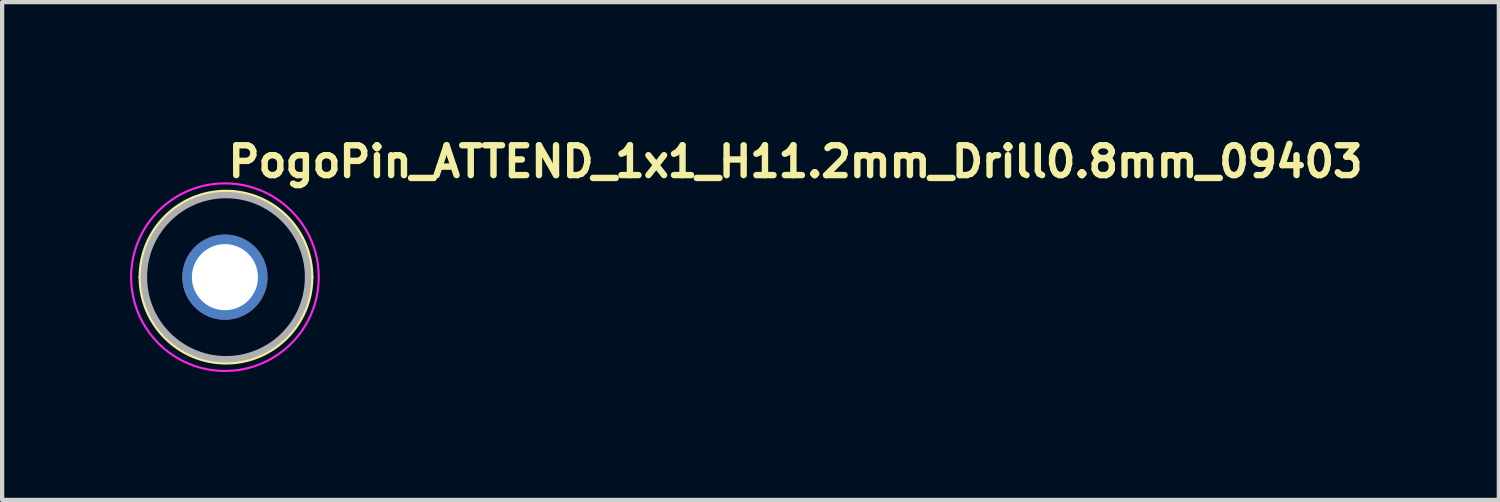
<source format=kicad_pcb>
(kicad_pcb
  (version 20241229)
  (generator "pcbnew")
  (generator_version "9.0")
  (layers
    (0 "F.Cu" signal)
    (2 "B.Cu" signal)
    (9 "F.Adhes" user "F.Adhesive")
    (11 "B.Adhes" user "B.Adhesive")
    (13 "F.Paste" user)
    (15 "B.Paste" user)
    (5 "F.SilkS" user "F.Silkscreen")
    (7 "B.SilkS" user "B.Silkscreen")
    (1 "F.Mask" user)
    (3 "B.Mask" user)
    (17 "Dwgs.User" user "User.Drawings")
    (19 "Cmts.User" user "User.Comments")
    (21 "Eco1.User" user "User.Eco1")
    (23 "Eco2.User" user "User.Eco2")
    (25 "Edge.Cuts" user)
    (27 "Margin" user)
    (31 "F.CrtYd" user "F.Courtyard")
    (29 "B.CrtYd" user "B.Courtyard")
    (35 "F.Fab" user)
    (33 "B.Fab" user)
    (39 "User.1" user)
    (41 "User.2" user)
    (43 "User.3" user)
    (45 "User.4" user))
  (footprint "PogoPin_ATTEND_1x1_H11.2mm_Drill0.8mm_09403"
    (layer "F.Cu")
    (at 2.225 3.45)
    (property "Reference" "PogoPin_ATTEND_1x1_H11.2mm_Drill0.8mm_09403" (at 0 -2.3 0) (layer "F.SilkS") (effects (font (size 0.7 0.7) (thickness 0.15)) (justify left bottom)))
    (attr through_hole)
    (fp_arc (start -1.95 0) (mid 0.025 -1.975) (end 2 0) (stroke (width 0.15) (type solid)) (layer "F.SilkS"))
    (fp_arc (start 2 0) (mid 0.025 1.975) (end -1.95 0) (stroke (width 0.15) (type solid)) (layer "F.SilkS"))
    (fp_circle (center 0 0) (end 2.2 0) (stroke (width 0.05) (type solid)) (fill no) (layer "F.CrtYd"))
    (fp_arc (start -1.9 0) (mid 0.025 -1.925) (end 1.95 0) (stroke (width 0.15) (type solid)) (layer "F.Fab"))
    (fp_arc (start 1.95 0) (mid 0.025 1.925) (end -1.9 0) (stroke (width 0.15) (type solid)) (layer "F.Fab"))
    (fp_rect (start -1.95 -1.95) (end 1.95 1.95) (stroke (width 0.1) (type solid)) (fill no) (layer "User.5"))
    (fp_line (start -1.95 0) (end -1.95 0) (stroke (width 0.02) (type solid)) (layer "User.9"))
    (fp_line (start -1.95 0) (end -1.947 0.1) (stroke (width 0.02) (type solid)) (layer "User.9"))
    (fp_line (start -1.947 -0.1) (end -1.95 0) (stroke (width 0.02) (type solid)) (layer "User.9"))
    (fp_line (start -1.947 0.1) (end -1.94 0.199) (stroke (width 0.02) (type solid)) (layer "User.9"))
    (fp_line (start -1.94 -0.199) (end -1.947 -0.1) (stroke (width 0.02) (type solid)) (layer "User.9"))
    (fp_line (start -1.94 0.199) (end -1.928 0.297) (stroke (width 0.02) (type solid)) (layer "User.9"))
    (fp_line (start -1.928 -0.297) (end -1.94 -0.199) (stroke (width 0.02) (type solid)) (layer "User.9"))
    (fp_line (start -1.928 0.297) (end -1.91 0.393) (stroke (width 0.02) (type solid)) (layer "User.9"))
    (fp_line (start -1.91 -0.393) (end -1.928 -0.297) (stroke (width 0.02) (type solid)) (layer "User.9"))
    (fp_line (start -1.91 0.393) (end -1.889 0.487) (stroke (width 0.02) (type solid)) (layer "User.9"))
    (fp_line (start -1.889 -0.487) (end -1.91 -0.393) (stroke (width 0.02) (type solid)) (layer "User.9"))
    (fp_line (start -1.889 0.487) (end -1.862 0.58) (stroke (width 0.02) (type solid)) (layer "User.9"))
    (fp_line (start -1.862 -0.58) (end -1.889 -0.487) (stroke (width 0.02) (type solid)) (layer "User.9"))
    (fp_line (start -1.862 0.58) (end -1.832 0.67) (stroke (width 0.02) (type solid)) (layer "User.9"))
    (fp_line (start -1.832 -0.67) (end -1.862 -0.58) (stroke (width 0.02) (type solid)) (layer "User.9"))
    (fp_line (start -1.832 0.67) (end -1.797 0.759) (stroke (width 0.02) (type solid)) (layer "User.9"))
    (fp_line (start -1.797 -0.759) (end -1.832 -0.67) (stroke (width 0.02) (type solid)) (layer "User.9"))
    (fp_line (start -1.797 0.759) (end -1.758 0.845) (stroke (width 0.02) (type solid)) (layer "User.9"))
    (fp_line (start -1.758 -0.845) (end -1.797 -0.759) (stroke (width 0.02) (type solid)) (layer "User.9"))
    (fp_line (start -1.758 0.845) (end -1.715 0.929) (stroke (width 0.02) (type solid)) (layer "User.9"))
    (fp_line (start -1.715 -0.929) (end -1.758 -0.845) (stroke (width 0.02) (type solid)) (layer "User.9"))
    (fp_line (start -1.715 0.929) (end -1.668 1.011) (stroke (width 0.02) (type solid)) (layer "User.9"))
    (fp_line (start -1.668 -1.011) (end -1.715 -0.929) (stroke (width 0.02) (type solid)) (layer "User.9"))
    (fp_line (start -1.668 1.011) (end -1.617 1.09) (stroke (width 0.02) (type solid)) (layer "User.9"))
    (fp_line (start -1.617 -1.09) (end -1.668 -1.011) (stroke (width 0.02) (type solid)) (layer "User.9"))
    (fp_line (start -1.617 1.09) (end -1.563 1.167) (stroke (width 0.02) (type solid)) (layer "User.9"))
    (fp_line (start -1.563 -1.167) (end -1.617 -1.09) (stroke (width 0.02) (type solid)) (layer "User.9"))
    (fp_line (start -1.563 1.167) (end -1.505 1.24) (stroke (width 0.02) (type solid)) (layer "User.9"))
    (fp_line (start -1.505 -1.24) (end -1.563 -1.167) (stroke (width 0.02) (type solid)) (layer "User.9"))
    (fp_line (start -1.505 1.24) (end -1.443 1.311) (stroke (width 0.02) (type solid)) (layer "User.9"))
    (fp_line (start -1.5 0) (end -1.5 0) (stroke (width 0.02) (type solid)) (layer "User.9"))
    (fp_line (start -1.5 0) (end -1.498 0.077) (stroke (width 0.02) (type solid)) (layer "User.9"))
    (fp_line (start -1.498 -0.077) (end -1.5 0) (stroke (width 0.02) (type solid)) (layer "User.9"))
    (fp_line (start -1.498 0.077) (end -1.492 0.153) (stroke (width 0.02) (type solid)) (layer "User.9"))
    (fp_line (start -1.492 -0.153) (end -1.498 -0.077) (stroke (width 0.02) (type solid)) (layer "User.9"))
    (fp_line (start -1.492 0.153) (end -1.483 0.228) (stroke (width 0.02) (type solid)) (layer "User.9"))
    (fp_line (start -1.483 -0.228) (end -1.492 -0.153) (stroke (width 0.02) (type solid)) (layer "User.9"))
    (fp_line (start -1.483 0.228) (end -1.47 0.302) (stroke (width 0.02) (type solid)) (layer "User.9"))
    (fp_line (start -1.47 -0.302) (end -1.483 -0.228) (stroke (width 0.02) (type solid)) (layer "User.9"))
    (fp_line (start -1.47 0.302) (end -1.453 0.375) (stroke (width 0.02) (type solid)) (layer "User.9"))
    (fp_line (start -1.453 -0.375) (end -1.47 -0.302) (stroke (width 0.02) (type solid)) (layer "User.9"))
    (fp_line (start -1.453 0.375) (end -1.433 0.446) (stroke (width 0.02) (type solid)) (layer "User.9"))
    (fp_line (start -1.443 -1.311) (end -1.505 -1.24) (stroke (width 0.02) (type solid)) (layer "User.9"))
    (fp_line (start -1.443 1.311) (end -1.379 1.379) (stroke (width 0.02) (type solid)) (layer "User.9"))
    (fp_line (start -1.433 -0.446) (end -1.453 -0.375) (stroke (width 0.02) (type solid)) (layer "User.9"))
    (fp_line (start -1.433 0.446) (end -1.409 0.516) (stroke (width 0.02) (type solid)) (layer "User.9"))
    (fp_line (start -1.409 -0.516) (end -1.433 -0.446) (stroke (width 0.02) (type solid)) (layer "User.9"))
    (fp_line (start -1.409 0.516) (end -1.382 0.584) (stroke (width 0.02) (type solid)) (layer "User.9"))
    (fp_line (start -1.382 -0.584) (end -1.409 -0.516) (stroke (width 0.02) (type solid)) (layer "User.9"))
    (fp_line (start -1.382 0.584) (end -1.352 0.65) (stroke (width 0.02) (type solid)) (layer "User.9"))
    (fp_line (start -1.379 -1.379) (end -1.443 -1.311) (stroke (width 0.02) (type solid)) (layer "User.9"))
    (fp_line (start -1.379 1.379) (end -1.311 1.443) (stroke (width 0.02) (type solid)) (layer "User.9"))
    (fp_line (start -1.352 -0.65) (end -1.382 -0.584) (stroke (width 0.02) (type solid)) (layer "User.9"))
    (fp_line (start -1.352 0.65) (end -1.319 0.715) (stroke (width 0.02) (type solid)) (layer "User.9"))
    (fp_line (start -1.319 -0.715) (end -1.352 -0.65) (stroke (width 0.02) (type solid)) (layer "User.9"))
    (fp_line (start -1.319 0.715) (end -1.283 0.778) (stroke (width 0.02) (type solid)) (layer "User.9"))
    (fp_line (start -1.311 -1.443) (end -1.379 -1.379) (stroke (width 0.02) (type solid)) (layer "User.9"))
    (fp_line (start -1.311 1.443) (end -1.24 1.505) (stroke (width 0.02) (type solid)) (layer "User.9"))
    (fp_line (start -1.283 -0.778) (end -1.319 -0.715) (stroke (width 0.02) (type solid)) (layer "User.9"))
    (fp_line (start -1.283 0.778) (end -1.244 0.839) (stroke (width 0.02) (type solid)) (layer "User.9"))
    (fp_line (start -1.244 -0.839) (end -1.283 -0.778) (stroke (width 0.02) (type solid)) (layer "User.9"))
    (fp_line (start -1.244 0.839) (end -1.202 0.897) (stroke (width 0.02) (type solid)) (layer "User.9"))
    (fp_line (start -1.24 -1.505) (end -1.311 -1.443) (stroke (width 0.02) (type solid)) (layer "User.9"))
    (fp_line (start -1.24 1.505) (end -1.167 1.563) (stroke (width 0.02) (type solid)) (layer "User.9"))
    (fp_line (start -1.202 -0.897) (end -1.244 -0.839) (stroke (width 0.02) (type solid)) (layer "User.9"))
    (fp_line (start -1.202 0.897) (end -1.157 0.954) (stroke (width 0.02) (type solid)) (layer "User.9"))
    (fp_line (start -1.167 -1.563) (end -1.24 -1.505) (stroke (width 0.02) (type solid)) (layer "User.9"))
    (fp_line (start -1.167 1.563) (end -1.09 1.617) (stroke (width 0.02) (type solid)) (layer "User.9"))
    (fp_line (start -1.157 -0.954) (end -1.202 -0.897) (stroke (width 0.02) (type solid)) (layer "User.9"))
    (fp_line (start -1.157 0.954) (end -1.11 1.009) (stroke (width 0.02) (type solid)) (layer "User.9"))
    (fp_line (start -1.11 -1.009) (end -1.157 -0.954) (stroke (width 0.02) (type solid)) (layer "User.9"))
    (fp_line (start -1.11 1.009) (end -1.061 1.061) (stroke (width 0.02) (type solid)) (layer "User.9"))
    (fp_line (start -1.1 0) (end -1.1 0) (stroke (width 0.02) (type solid)) (layer "User.9"))
    (fp_line (start -1.1 0) (end -1.099 0.057) (stroke (width 0.02) (type solid)) (layer "User.9"))
    (fp_line (start -1.099 -0.057) (end -1.1 0) (stroke (width 0.02) (type solid)) (layer "User.9"))
    (fp_line (start -1.099 0.057) (end -1.094 0.112) (stroke (width 0.02) (type solid)) (layer "User.9"))
    (fp_line (start -1.094 -0.112) (end -1.099 -0.057) (stroke (width 0.02) (type solid)) (layer "User.9"))
    (fp_line (start -1.094 0.112) (end -1.087 0.168) (stroke (width 0.02) (type solid)) (layer "User.9"))
    (fp_line (start -1.09 -1.617) (end -1.167 -1.563) (stroke (width 0.02) (type solid)) (layer "User.9"))
    (fp_line (start -1.09 1.617) (end -1.011 1.668) (stroke (width 0.02) (type solid)) (layer "User.9"))
    (fp_line (start -1.087 -0.168) (end -1.094 -0.112) (stroke (width 0.02) (type solid)) (layer "User.9"))
    (fp_line (start -1.087 0.168) (end -1.078 0.222) (stroke (width 0.02) (type solid)) (layer "User.9"))
    (fp_line (start -1.078 -0.222) (end -1.087 -0.168) (stroke (width 0.02) (type solid)) (layer "User.9"))
    (fp_line (start -1.078 0.222) (end -1.065 0.275) (stroke (width 0.02) (type solid)) (layer "User.9"))
    (fp_line (start -1.065 -0.275) (end -1.078 -0.222) (stroke (width 0.02) (type solid)) (layer "User.9"))
    (fp_line (start -1.065 0.275) (end -1.051 0.327) (stroke (width 0.02) (type solid)) (layer "User.9"))
    (fp_line (start -1.061 -1.061) (end -1.11 -1.009) (stroke (width 0.02) (type solid)) (layer "User.9"))
    (fp_line (start -1.061 1.061) (end -1.009 1.11) (stroke (width 0.02) (type solid)) (layer "User.9"))
    (fp_line (start -1.051 -0.327) (end -1.065 -0.275) (stroke (width 0.02) (type solid)) (layer "User.9"))
    (fp_line (start -1.051 0.327) (end -1.033 0.378) (stroke (width 0.02) (type solid)) (layer "User.9"))
    (fp_line (start -1.033 -0.378) (end -1.051 -0.327) (stroke (width 0.02) (type solid)) (layer "User.9"))
    (fp_line (start -1.033 0.378) (end -1.014 0.428) (stroke (width 0.02) (type solid)) (layer "User.9"))
    (fp_line (start -1.014 -0.428) (end -1.033 -0.378) (stroke (width 0.02) (type solid)) (layer "User.9"))
    (fp_line (start -1.014 0.428) (end -0.992 0.477) (stroke (width 0.02) (type solid)) (layer "User.9"))
    (fp_line (start -1.011 -1.668) (end -1.09 -1.617) (stroke (width 0.02) (type solid)) (layer "User.9"))
    (fp_line (start -1.011 1.668) (end -0.929 1.715) (stroke (width 0.02) (type solid)) (layer "User.9"))
    (fp_line (start -1.009 -1.11) (end -1.061 -1.061) (stroke (width 0.02) (type solid)) (layer "User.9"))
    (fp_line (start -1.009 1.11) (end -0.954 1.157) (stroke (width 0.02) (type solid)) (layer "User.9"))
    (fp_line (start -0.992 -0.477) (end -1.014 -0.428) (stroke (width 0.02) (type solid)) (layer "User.9"))
    (fp_line (start -0.992 0.477) (end -0.967 0.524) (stroke (width 0.02) (type solid)) (layer "User.9"))
    (fp_line (start -0.967 -0.524) (end -0.992 -0.477) (stroke (width 0.02) (type solid)) (layer "User.9"))
    (fp_line (start -0.967 0.524) (end -0.941 0.57) (stroke (width 0.02) (type solid)) (layer "User.9"))
    (fp_line (start -0.954 -1.157) (end -1.009 -1.11) (stroke (width 0.02) (type solid)) (layer "User.9"))
    (fp_line (start -0.954 1.157) (end -0.897 1.202) (stroke (width 0.02) (type solid)) (layer "User.9"))
    (fp_line (start -0.941 -0.57) (end -0.967 -0.524) (stroke (width 0.02) (type solid)) (layer "User.9"))
    (fp_line (start -0.941 0.57) (end -0.912 0.615) (stroke (width 0.02) (type solid)) (layer "User.9"))
    (fp_line (start -0.929 -1.715) (end -1.011 -1.668) (stroke (width 0.02) (type solid)) (layer "User.9"))
    (fp_line (start -0.929 1.715) (end -0.845 1.758) (stroke (width 0.02) (type solid)) (layer "User.9"))
    (fp_line (start -0.912 -0.615) (end -0.941 -0.57) (stroke (width 0.02) (type solid)) (layer "User.9"))
    (fp_line (start -0.912 0.615) (end -0.881 0.658) (stroke (width 0.02) (type solid)) (layer "User.9"))
    (fp_line (start -0.897 -1.202) (end -0.954 -1.157) (stroke (width 0.02) (type solid)) (layer "User.9"))
    (fp_line (start -0.897 1.202) (end -0.839 1.244) (stroke (width 0.02) (type solid)) (layer "User.9"))
    (fp_line (start -0.881 -0.658) (end -0.912 -0.615) (stroke (width 0.02) (type solid)) (layer "User.9"))
    (fp_line (start -0.881 0.658) (end -0.849 0.7) (stroke (width 0.02) (type solid)) (layer "User.9"))
    (fp_line (start -0.849 -0.7) (end -0.881 -0.658) (stroke (width 0.02) (type solid)) (layer "User.9"))
    (fp_line (start -0.849 0.7) (end -0.814 0.74) (stroke (width 0.02) (type solid)) (layer "User.9"))
    (fp_line (start -0.845 -1.758) (end -0.929 -1.715) (stroke (width 0.02) (type solid)) (layer "User.9"))
    (fp_line (start -0.845 1.758) (end -0.759 1.797) (stroke (width 0.02) (type solid)) (layer "User.9"))
    (fp_line (start -0.839 -1.244) (end -0.897 -1.202) (stroke (width 0.02) (type solid)) (layer "User.9"))
    (fp_line (start -0.839 1.244) (end -0.778 1.283) (stroke (width 0.02) (type solid)) (layer "User.9"))
    (fp_line (start -0.814 -0.74) (end -0.849 -0.7) (stroke (width 0.02) (type solid)) (layer "User.9"))
    (fp_line (start -0.814 0.74) (end -0.778 0.778) (stroke (width 0.02) (type solid)) (layer "User.9"))
    (fp_line (start -0.778 -1.283) (end -0.839 -1.244) (stroke (width 0.02) (type solid)) (layer "User.9"))
    (fp_line (start -0.778 -0.778) (end -0.814 -0.74) (stroke (width 0.02) (type solid)) (layer "User.9"))
    (fp_line (start -0.778 0.778) (end -0.74 0.814) (stroke (width 0.02) (type solid)) (layer "User.9"))
    (fp_line (start -0.778 1.283) (end -0.715 1.319) (stroke (width 0.02) (type solid)) (layer "User.9"))
    (fp_line (start -0.759 -1.797) (end -0.845 -1.758) (stroke (width 0.02) (type solid)) (layer "User.9"))
    (fp_line (start -0.759 1.797) (end -0.67 1.832) (stroke (width 0.02) (type solid)) (layer "User.9"))
    (fp_line (start -0.74 -0.814) (end -0.778 -0.778) (stroke (width 0.02) (type solid)) (layer "User.9"))
    (fp_line (start -0.74 0.814) (end -0.7 0.849) (stroke (width 0.02) (type solid)) (layer "User.9"))
    (fp_line (start -0.715 -1.319) (end -0.778 -1.283) (stroke (width 0.02) (type solid)) (layer "User.9"))
    (fp_line (start -0.715 1.319) (end -0.65 1.352) (stroke (width 0.02) (type solid)) (layer "User.9"))
    (fp_line (start -0.7 -0.849) (end -0.74 -0.814) (stroke (width 0.02) (type solid)) (layer "User.9"))
    (fp_line (start -0.7 0.849) (end -0.658 0.881) (stroke (width 0.02) (type solid)) (layer "User.9"))
    (fp_line (start -0.67 -1.832) (end -0.759 -1.797) (stroke (width 0.02) (type solid)) (layer "User.9"))
    (fp_line (start -0.67 1.832) (end -0.58 1.862) (stroke (width 0.02) (type solid)) (layer "User.9"))
    (fp_line (start -0.658 -0.881) (end -0.7 -0.849) (stroke (width 0.02) (type solid)) (layer "User.9"))
    (fp_line (start -0.658 0.881) (end -0.615 0.912) (stroke (width 0.02) (type solid)) (layer "User.9"))
    (fp_line (start -0.65 -1.352) (end -0.715 -1.319) (stroke (width 0.02) (type solid)) (layer "User.9"))
    (fp_line (start -0.65 1.352) (end -0.584 1.382) (stroke (width 0.02) (type solid)) (layer "User.9"))
    (fp_line (start -0.615 -0.912) (end -0.658 -0.881) (stroke (width 0.02) (type solid)) (layer "User.9"))
    (fp_line (start -0.615 0.912) (end -0.57 0.941) (stroke (width 0.02) (type solid)) (layer "User.9"))
    (fp_line (start -0.584 -1.382) (end -0.65 -1.352) (stroke (width 0.02) (type solid)) (layer "User.9"))
    (fp_line (start -0.584 1.382) (end -0.516 1.409) (stroke (width 0.02) (type solid)) (layer "User.9"))
    (fp_line (start -0.58 -1.862) (end -0.67 -1.832) (stroke (width 0.02) (type solid)) (layer "User.9"))
    (fp_line (start -0.58 1.862) (end -0.487 1.889) (stroke (width 0.02) (type solid)) (layer "User.9"))
    (fp_line (start -0.57 -0.941) (end -0.615 -0.912) (stroke (width 0.02) (type solid)) (layer "User.9"))
    (fp_line (start -0.57 0.941) (end -0.524 0.967) (stroke (width 0.02) (type solid)) (layer "User.9"))
    (fp_line (start -0.524 -0.967) (end -0.57 -0.941) (stroke (width 0.02) (type solid)) (layer "User.9"))
    (fp_line (start -0.524 0.967) (end -0.477 0.992) (stroke (width 0.02) (type solid)) (layer "User.9"))
    (fp_line (start -0.516 -1.409) (end -0.584 -1.382) (stroke (width 0.02) (type solid)) (layer "User.9"))
    (fp_line (start -0.516 1.409) (end -0.446 1.433) (stroke (width 0.02) (type solid)) (layer "User.9"))
    (fp_line (start -0.487 -1.889) (end -0.58 -1.862) (stroke (width 0.02) (type solid)) (layer "User.9"))
    (fp_line (start -0.487 1.889) (end -0.393 1.91) (stroke (width 0.02) (type solid)) (layer "User.9"))
    (fp_line (start -0.477 -0.992) (end -0.524 -0.967) (stroke (width 0.02) (type solid)) (layer "User.9"))
    (fp_line (start -0.477 0.992) (end -0.428 1.014) (stroke (width 0.02) (type solid)) (layer "User.9"))
    (fp_line (start -0.446 -1.433) (end -0.516 -1.409) (stroke (width 0.02) (type solid)) (layer "User.9"))
    (fp_line (start -0.446 1.433) (end -0.375 1.453) (stroke (width 0.02) (type solid)) (layer "User.9"))
    (fp_line (start -0.428 -1.014) (end -0.477 -0.992) (stroke (width 0.02) (type solid)) (layer "User.9"))
    (fp_line (start -0.428 1.014) (end -0.378 1.033) (stroke (width 0.02) (type solid)) (layer "User.9"))
    (fp_line (start -0.393 -1.91) (end -0.487 -1.889) (stroke (width 0.02) (type solid)) (layer "User.9"))
    (fp_line (start -0.393 1.91) (end -0.297 1.928) (stroke (width 0.02) (type solid)) (layer "User.9"))
    (fp_line (start -0.378 -1.033) (end -0.428 -1.014) (stroke (width 0.02) (type solid)) (layer "User.9"))
    (fp_line (start -0.378 1.033) (end -0.327 1.051) (stroke (width 0.02) (type solid)) (layer "User.9"))
    (fp_line (start -0.375 -1.453) (end -0.446 -1.433) (stroke (width 0.02) (type solid)) (layer "User.9"))
    (fp_line (start -0.375 1.453) (end -0.302 1.47) (stroke (width 0.02) (type solid)) (layer "User.9"))
    (fp_line (start -0.327 -1.051) (end -0.378 -1.033) (stroke (width 0.02) (type solid)) (layer "User.9"))
    (fp_line (start -0.327 1.051) (end -0.275 1.065) (stroke (width 0.02) (type solid)) (layer "User.9"))
    (fp_line (start -0.302 -1.47) (end -0.375 -1.453) (stroke (width 0.02) (type solid)) (layer "User.9"))
    (fp_line (start -0.302 1.47) (end -0.228 1.483) (stroke (width 0.02) (type solid)) (layer "User.9"))
    (fp_line (start -0.297 -1.928) (end -0.393 -1.91) (stroke (width 0.02) (type solid)) (layer "User.9"))
    (fp_line (start -0.297 1.928) (end -0.199 1.94) (stroke (width 0.02) (type solid)) (layer "User.9"))
    (fp_line (start -0.275 -1.065) (end -0.327 -1.051) (stroke (width 0.02) (type solid)) (layer "User.9"))
    (fp_line (start -0.275 1.065) (end -0.222 1.078) (stroke (width 0.02) (type solid)) (layer "User.9"))
    (fp_line (start -0.228 -1.483) (end -0.302 -1.47) (stroke (width 0.02) (type solid)) (layer "User.9"))
    (fp_line (start -0.228 1.483) (end -0.153 1.492) (stroke (width 0.02) (type solid)) (layer "User.9"))
    (fp_line (start -0.222 -1.078) (end -0.275 -1.065) (stroke (width 0.02) (type solid)) (layer "User.9"))
    (fp_line (start -0.222 1.078) (end -0.168 1.087) (stroke (width 0.02) (type solid)) (layer "User.9"))
    (fp_line (start -0.199 -1.94) (end -0.297 -1.928) (stroke (width 0.02) (type solid)) (layer "User.9"))
    (fp_line (start -0.199 1.94) (end -0.1 1.947) (stroke (width 0.02) (type solid)) (layer "User.9"))
    (fp_line (start -0.168 -1.087) (end -0.222 -1.078) (stroke (width 0.02) (type solid)) (layer "User.9"))
    (fp_line (start -0.168 1.087) (end -0.112 1.094) (stroke (width 0.02) (type solid)) (layer "User.9"))
    (fp_line (start -0.153 -1.492) (end -0.228 -1.483) (stroke (width 0.02) (type solid)) (layer "User.9"))
    (fp_line (start -0.153 1.492) (end -0.077 1.498) (stroke (width 0.02) (type solid)) (layer "User.9"))
    (fp_line (start -0.112 -1.094) (end -0.168 -1.087) (stroke (width 0.02) (type solid)) (layer "User.9"))
    (fp_line (start -0.112 1.094) (end -0.057 1.099) (stroke (width 0.02) (type solid)) (layer "User.9"))
    (fp_line (start -0.1 -1.947) (end -0.199 -1.94) (stroke (width 0.02) (type solid)) (layer "User.9"))
    (fp_line (start -0.1 1.947) (end 0 1.95) (stroke (width 0.02) (type solid)) (layer "User.9"))
    (fp_line (start -0.077 -1.498) (end -0.153 -1.492) (stroke (width 0.02) (type solid)) (layer "User.9"))
    (fp_line (start -0.077 1.498) (end 0 1.5) (stroke (width 0.02) (type solid)) (layer "User.9"))
    (fp_line (start -0.057 -1.099) (end -0.112 -1.094) (stroke (width 0.02) (type solid)) (layer "User.9"))
    (fp_line (start -0.057 1.099) (end 0 1.1) (stroke (width 0.02) (type solid)) (layer "User.9"))
    (fp_line (start 0 -1.95) (end -0.1 -1.947) (stroke (width 0.02) (type solid)) (layer "User.9"))
    (fp_line (start 0 -1.95) (end 0 -1.95) (stroke (width 0.02) (type solid)) (layer "User.9"))
    (fp_line (start 0 -1.5) (end -0.077 -1.498) (stroke (width 0.02) (type solid)) (layer "User.9"))
    (fp_line (start 0 -1.5) (end 0 -1.5) (stroke (width 0.02) (type solid)) (layer "User.9"))
    (fp_line (start 0 -1.1) (end -0.057 -1.099) (stroke (width 0.02) (type solid)) (layer "User.9"))
    (fp_line (start 0 -1.1) (end 0 -1.1) (stroke (width 0.02) (type solid)) (layer "User.9"))
    (fp_line (start 0 1.1) (end 0 1.1) (stroke (width 0.02) (type solid)) (layer "User.9"))
    (fp_line (start 0 1.1) (end 0.057 1.099) (stroke (width 0.02) (type solid)) (layer "User.9"))
    (fp_line (start 0 1.5) (end 0 1.5) (stroke (width 0.02) (type solid)) (layer "User.9"))
    (fp_line (start 0 1.5) (end 0.077 1.498) (stroke (width 0.02) (type solid)) (layer "User.9"))
    (fp_line (start 0 1.95) (end 0 1.95) (stroke (width 0.02) (type solid)) (layer "User.9"))
    (fp_line (start 0 1.95) (end 0.1 1.947) (stroke (width 0.02) (type solid)) (layer "User.9"))
    (fp_line (start 0.057 -1.099) (end 0 -1.1) (stroke (width 0.02) (type solid)) (layer "User.9"))
    (fp_line (start 0.057 1.099) (end 0.112 1.094) (stroke (width 0.02) (type solid)) (layer "User.9"))
    (fp_line (start 0.077 -1.498) (end 0 -1.5) (stroke (width 0.02) (type solid)) (layer "User.9"))
    (fp_line (start 0.077 1.498) (end 0.153 1.492) (stroke (width 0.02) (type solid)) (layer "User.9"))
    (fp_line (start 0.1 -1.947) (end 0 -1.95) (stroke (width 0.02) (type solid)) (layer "User.9"))
    (fp_line (start 0.1 1.947) (end 0.199 1.94) (stroke (width 0.02) (type solid)) (layer "User.9"))
    (fp_line (start 0.112 -1.094) (end 0.057 -1.099) (stroke (width 0.02) (type solid)) (layer "User.9"))
    (fp_line (start 0.112 1.094) (end 0.168 1.087) (stroke (width 0.02) (type solid)) (layer "User.9"))
    (fp_line (start 0.153 -1.492) (end 0.077 -1.498) (stroke (width 0.02) (type solid)) (layer "User.9"))
    (fp_line (start 0.153 1.492) (end 0.228 1.483) (stroke (width 0.02) (type solid)) (layer "User.9"))
    (fp_line (start 0.168 -1.087) (end 0.112 -1.094) (stroke (width 0.02) (type solid)) (layer "User.9"))
    (fp_line (start 0.168 1.087) (end 0.222 1.078) (stroke (width 0.02) (type solid)) (layer "User.9"))
    (fp_line (start 0.199 -1.94) (end 0.1 -1.947) (stroke (width 0.02) (type solid)) (layer "User.9"))
    (fp_line (start 0.199 1.94) (end 0.297 1.928) (stroke (width 0.02) (type solid)) (layer "User.9"))
    (fp_line (start 0.222 -1.078) (end 0.168 -1.087) (stroke (width 0.02) (type solid)) (layer "User.9"))
    (fp_line (start 0.222 1.078) (end 0.275 1.065) (stroke (width 0.02) (type solid)) (layer "User.9"))
    (fp_line (start 0.228 -1.483) (end 0.153 -1.492) (stroke (width 0.02) (type solid)) (layer "User.9"))
    (fp_line (start 0.228 1.483) (end 0.302 1.47) (stroke (width 0.02) (type solid)) (layer "User.9"))
    (fp_line (start 0.275 -1.065) (end 0.222 -1.078) (stroke (width 0.02) (type solid)) (layer "User.9"))
    (fp_line (start 0.275 1.065) (end 0.327 1.051) (stroke (width 0.02) (type solid)) (layer "User.9"))
    (fp_line (start 0.297 -1.928) (end 0.199 -1.94) (stroke (width 0.02) (type solid)) (layer "User.9"))
    (fp_line (start 0.297 1.928) (end 0.393 1.91) (stroke (width 0.02) (type solid)) (layer "User.9"))
    (fp_line (start 0.302 -1.47) (end 0.228 -1.483) (stroke (width 0.02) (type solid)) (layer "User.9"))
    (fp_line (start 0.302 1.47) (end 0.375 1.453) (stroke (width 0.02) (type solid)) (layer "User.9"))
    (fp_line (start 0.327 -1.051) (end 0.275 -1.065) (stroke (width 0.02) (type solid)) (layer "User.9"))
    (fp_line (start 0.327 1.051) (end 0.378 1.033) (stroke (width 0.02) (type solid)) (layer "User.9"))
    (fp_line (start 0.375 -1.453) (end 0.302 -1.47) (stroke (width 0.02) (type solid)) (layer "User.9"))
    (fp_line (start 0.375 1.453) (end 0.446 1.433) (stroke (width 0.02) (type solid)) (layer "User.9"))
    (fp_line (start 0.378 -1.033) (end 0.327 -1.051) (stroke (width 0.02) (type solid)) (layer "User.9"))
    (fp_line (start 0.378 1.033) (end 0.428 1.014) (stroke (width 0.02) (type solid)) (layer "User.9"))
    (fp_line (start 0.393 -1.91) (end 0.297 -1.928) (stroke (width 0.02) (type solid)) (layer "User.9"))
    (fp_line (start 0.393 1.91) (end 0.487 1.889) (stroke (width 0.02) (type solid)) (layer "User.9"))
    (fp_line (start 0.428 -1.014) (end 0.378 -1.033) (stroke (width 0.02) (type solid)) (layer "User.9"))
    (fp_line (start 0.428 1.014) (end 0.477 0.992) (stroke (width 0.02) (type solid)) (layer "User.9"))
    (fp_line (start 0.446 -1.433) (end 0.375 -1.453) (stroke (width 0.02) (type solid)) (layer "User.9"))
    (fp_line (start 0.446 1.433) (end 0.516 1.409) (stroke (width 0.02) (type solid)) (layer "User.9"))
    (fp_line (start 0.477 -0.992) (end 0.428 -1.014) (stroke (width 0.02) (type solid)) (layer "User.9"))
    (fp_line (start 0.477 0.992) (end 0.524 0.967) (stroke (width 0.02) (type solid)) (layer "User.9"))
    (fp_line (start 0.487 -1.889) (end 0.393 -1.91) (stroke (width 0.02) (type solid)) (layer "User.9"))
    (fp_line (start 0.487 1.889) (end 0.58 1.862) (stroke (width 0.02) (type solid)) (layer "User.9"))
    (fp_line (start 0.516 -1.409) (end 0.446 -1.433) (stroke (width 0.02) (type solid)) (layer "User.9"))
    (fp_line (start 0.516 1.409) (end 0.584 1.382) (stroke (width 0.02) (type solid)) (layer "User.9"))
    (fp_line (start 0.524 -0.967) (end 0.477 -0.992) (stroke (width 0.02) (type solid)) (layer "User.9"))
    (fp_line (start 0.524 0.967) (end 0.57 0.941) (stroke (width 0.02) (type solid)) (layer "User.9"))
    (fp_line (start 0.57 -0.941) (end 0.524 -0.967) (stroke (width 0.02) (type solid)) (layer "User.9"))
    (fp_line (start 0.57 0.941) (end 0.615 0.912) (stroke (width 0.02) (type solid)) (layer "User.9"))
    (fp_line (start 0.58 -1.862) (end 0.487 -1.889) (stroke (width 0.02) (type solid)) (layer "User.9"))
    (fp_line (start 0.58 1.862) (end 0.67 1.832) (stroke (width 0.02) (type solid)) (layer "User.9"))
    (fp_line (start 0.584 -1.382) (end 0.516 -1.409) (stroke (width 0.02) (type solid)) (layer "User.9"))
    (fp_line (start 0.584 1.382) (end 0.65 1.352) (stroke (width 0.02) (type solid)) (layer "User.9"))
    (fp_line (start 0.615 -0.912) (end 0.57 -0.941) (stroke (width 0.02) (type solid)) (layer "User.9"))
    (fp_line (start 0.615 0.912) (end 0.658 0.881) (stroke (width 0.02) (type solid)) (layer "User.9"))
    (fp_line (start 0.65 -1.352) (end 0.584 -1.382) (stroke (width 0.02) (type solid)) (layer "User.9"))
    (fp_line (start 0.65 1.352) (end 0.715 1.319) (stroke (width 0.02) (type solid)) (layer "User.9"))
    (fp_line (start 0.658 -0.881) (end 0.615 -0.912) (stroke (width 0.02) (type solid)) (layer "User.9"))
    (fp_line (start 0.658 0.881) (end 0.7 0.849) (stroke (width 0.02) (type solid)) (layer "User.9"))
    (fp_line (start 0.67 -1.832) (end 0.58 -1.862) (stroke (width 0.02) (type solid)) (layer "User.9"))
    (fp_line (start 0.67 1.832) (end 0.759 1.797) (stroke (width 0.02) (type solid)) (layer "User.9"))
    (fp_line (start 0.7 -0.849) (end 0.658 -0.881) (stroke (width 0.02) (type solid)) (layer "User.9"))
    (fp_line (start 0.7 0.849) (end 0.74 0.814) (stroke (width 0.02) (type solid)) (layer "User.9"))
    (fp_line (start 0.715 -1.319) (end 0.65 -1.352) (stroke (width 0.02) (type solid)) (layer "User.9"))
    (fp_line (start 0.715 1.319) (end 0.778 1.283) (stroke (width 0.02) (type solid)) (layer "User.9"))
    (fp_line (start 0.74 -0.814) (end 0.7 -0.849) (stroke (width 0.02) (type solid)) (layer "User.9"))
    (fp_line (start 0.74 0.814) (end 0.778 0.778) (stroke (width 0.02) (type solid)) (layer "User.9"))
    (fp_line (start 0.759 -1.797) (end 0.67 -1.832) (stroke (width 0.02) (type solid)) (layer "User.9"))
    (fp_line (start 0.759 1.797) (end 0.845 1.758) (stroke (width 0.02) (type solid)) (layer "User.9"))
    (fp_line (start 0.778 -1.283) (end 0.715 -1.319) (stroke (width 0.02) (type solid)) (layer "User.9"))
    (fp_line (start 0.778 -0.778) (end 0.74 -0.814) (stroke (width 0.02) (type solid)) (layer "User.9"))
    (fp_line (start 0.778 0.778) (end 0.814 0.74) (stroke (width 0.02) (type solid)) (layer "User.9"))
    (fp_line (start 0.778 1.283) (end 0.839 1.244) (stroke (width 0.02) (type solid)) (layer "User.9"))
    (fp_line (start 0.814 -0.74) (end 0.778 -0.778) (stroke (width 0.02) (type solid)) (layer "User.9"))
    (fp_line (start 0.814 0.74) (end 0.849 0.7) (stroke (width 0.02) (type solid)) (layer "User.9"))
    (fp_line (start 0.839 -1.244) (end 0.778 -1.283) (stroke (width 0.02) (type solid)) (layer "User.9"))
    (fp_line (start 0.839 1.244) (end 0.897 1.202) (stroke (width 0.02) (type solid)) (layer "User.9"))
    (fp_line (start 0.845 -1.758) (end 0.759 -1.797) (stroke (width 0.02) (type solid)) (layer "User.9"))
    (fp_line (start 0.845 1.758) (end 0.929 1.715) (stroke (width 0.02) (type solid)) (layer "User.9"))
    (fp_line (start 0.849 -0.7) (end 0.814 -0.74) (stroke (width 0.02) (type solid)) (layer "User.9"))
    (fp_line (start 0.849 0.7) (end 0.881 0.658) (stroke (width 0.02) (type solid)) (layer "User.9"))
    (fp_line (start 0.881 -0.658) (end 0.849 -0.7) (stroke (width 0.02) (type solid)) (layer "User.9"))
    (fp_line (start 0.881 0.658) (end 0.912 0.615) (stroke (width 0.02) (type solid)) (layer "User.9"))
    (fp_line (start 0.897 -1.202) (end 0.839 -1.244) (stroke (width 0.02) (type solid)) (layer "User.9"))
    (fp_line (start 0.897 1.202) (end 0.954 1.157) (stroke (width 0.02) (type solid)) (layer "User.9"))
    (fp_line (start 0.912 -0.615) (end 0.881 -0.658) (stroke (width 0.02) (type solid)) (layer "User.9"))
    (fp_line (start 0.912 0.615) (end 0.941 0.57) (stroke (width 0.02) (type solid)) (layer "User.9"))
    (fp_line (start 0.929 -1.715) (end 0.845 -1.758) (stroke (width 0.02) (type solid)) (layer "User.9"))
    (fp_line (start 0.929 1.715) (end 1.011 1.668) (stroke (width 0.02) (type solid)) (layer "User.9"))
    (fp_line (start 0.941 -0.57) (end 0.912 -0.615) (stroke (width 0.02) (type solid)) (layer "User.9"))
    (fp_line (start 0.941 0.57) (end 0.967 0.524) (stroke (width 0.02) (type solid)) (layer "User.9"))
    (fp_line (start 0.954 -1.157) (end 0.897 -1.202) (stroke (width 0.02) (type solid)) (layer "User.9"))
    (fp_line (start 0.954 1.157) (end 1.009 1.11) (stroke (width 0.02) (type solid)) (layer "User.9"))
    (fp_line (start 0.967 -0.524) (end 0.941 -0.57) (stroke (width 0.02) (type solid)) (layer "User.9"))
    (fp_line (start 0.967 0.524) (end 0.992 0.477) (stroke (width 0.02) (type solid)) (layer "User.9"))
    (fp_line (start 0.992 -0.477) (end 0.967 -0.524) (stroke (width 0.02) (type solid)) (layer "User.9"))
    (fp_line (start 0.992 0.477) (end 1.014 0.428) (stroke (width 0.02) (type solid)) (layer "User.9"))
    (fp_line (start 1.009 -1.11) (end 0.954 -1.157) (stroke (width 0.02) (type solid)) (layer "User.9"))
    (fp_line (start 1.009 1.11) (end 1.061 1.061) (stroke (width 0.02) (type solid)) (layer "User.9"))
    (fp_line (start 1.011 -1.668) (end 0.929 -1.715) (stroke (width 0.02) (type solid)) (layer "User.9"))
    (fp_line (start 1.011 1.668) (end 1.09 1.617) (stroke (width 0.02) (type solid)) (layer "User.9"))
    (fp_line (start 1.014 -0.428) (end 0.992 -0.477) (stroke (width 0.02) (type solid)) (layer "User.9"))
    (fp_line (start 1.014 0.428) (end 1.033 0.378) (stroke (width 0.02) (type solid)) (layer "User.9"))
    (fp_line (start 1.033 -0.378) (end 1.014 -0.428) (stroke (width 0.02) (type solid)) (layer "User.9"))
    (fp_line (start 1.033 0.378) (end 1.051 0.327) (stroke (width 0.02) (type solid)) (layer "User.9"))
    (fp_line (start 1.051 -0.327) (end 1.033 -0.378) (stroke (width 0.02) (type solid)) (layer "User.9"))
    (fp_line (start 1.051 0.327) (end 1.065 0.275) (stroke (width 0.02) (type solid)) (layer "User.9"))
    (fp_line (start 1.061 -1.061) (end 1.009 -1.11) (stroke (width 0.02) (type solid)) (layer "User.9"))
    (fp_line (start 1.061 1.061) (end 1.11 1.009) (stroke (width 0.02) (type solid)) (layer "User.9"))
    (fp_line (start 1.065 -0.275) (end 1.051 -0.327) (stroke (width 0.02) (type solid)) (layer "User.9"))
    (fp_line (start 1.065 0.275) (end 1.078 0.222) (stroke (width 0.02) (type solid)) (layer "User.9"))
    (fp_line (start 1.078 -0.222) (end 1.065 -0.275) (stroke (width 0.02) (type solid)) (layer "User.9"))
    (fp_line (start 1.078 0.222) (end 1.087 0.168) (stroke (width 0.02) (type solid)) (layer "User.9"))
    (fp_line (start 1.087 -0.168) (end 1.078 -0.222) (stroke (width 0.02) (type solid)) (layer "User.9"))
    (fp_line (start 1.087 0.168) (end 1.094 0.112) (stroke (width 0.02) (type solid)) (layer "User.9"))
    (fp_line (start 1.09 -1.617) (end 1.011 -1.668) (stroke (width 0.02) (type solid)) (layer "User.9"))
    (fp_line (start 1.09 1.617) (end 1.167 1.563) (stroke (width 0.02) (type solid)) (layer "User.9"))
    (fp_line (start 1.094 -0.112) (end 1.087 -0.168) (stroke (width 0.02) (type solid)) (layer "User.9"))
    (fp_line (start 1.094 0.112) (end 1.099 0.057) (stroke (width 0.02) (type solid)) (layer "User.9"))
    (fp_line (start 1.099 -0.057) (end 1.094 -0.112) (stroke (width 0.02) (type solid)) (layer "User.9"))
    (fp_line (start 1.099 0.057) (end 1.1 0) (stroke (width 0.02) (type solid)) (layer "User.9"))
    (fp_line (start 1.1 0) (end 1.099 -0.057) (stroke (width 0.02) (type solid)) (layer "User.9"))
    (fp_line (start 1.1 0) (end 1.1 0) (stroke (width 0.02) (type solid)) (layer "User.9"))
    (fp_line (start 1.1 0) (end 1.1 0) (stroke (width 0.02) (type solid)) (layer "User.9"))
    (fp_line (start 1.11 -1.009) (end 1.061 -1.061) (stroke (width 0.02) (type solid)) (layer "User.9"))
    (fp_line (start 1.11 1.009) (end 1.157 0.954) (stroke (width 0.02) (type solid)) (layer "User.9"))
    (fp_line (start 1.157 -0.954) (end 1.11 -1.009) (stroke (width 0.02) (type solid)) (layer "User.9"))
    (fp_line (start 1.157 0.954) (end 1.202 0.897) (stroke (width 0.02) (type solid)) (layer "User.9"))
    (fp_line (start 1.167 -1.563) (end 1.09 -1.617) (stroke (width 0.02) (type solid)) (layer "User.9"))
    (fp_line (start 1.167 1.563) (end 1.24 1.505) (stroke (width 0.02) (type solid)) (layer "User.9"))
    (fp_line (start 1.202 -0.897) (end 1.157 -0.954) (stroke (width 0.02) (type solid)) (layer "User.9"))
    (fp_line (start 1.202 0.897) (end 1.244 0.839) (stroke (width 0.02) (type solid)) (layer "User.9"))
    (fp_line (start 1.24 -1.505) (end 1.167 -1.563) (stroke (width 0.02) (type solid)) (layer "User.9"))
    (fp_line (start 1.24 1.505) (end 1.311 1.443) (stroke (width 0.02) (type solid)) (layer "User.9"))
    (fp_line (start 1.244 -0.839) (end 1.202 -0.897) (stroke (width 0.02) (type solid)) (layer "User.9"))
    (fp_line (start 1.244 0.839) (end 1.283 0.778) (stroke (width 0.02) (type solid)) (layer "User.9"))
    (fp_line (start 1.283 -0.778) (end 1.244 -0.839) (stroke (width 0.02) (type solid)) (layer "User.9"))
    (fp_line (start 1.283 0.778) (end 1.319 0.715) (stroke (width 0.02) (type solid)) (layer "User.9"))
    (fp_line (start 1.311 -1.443) (end 1.24 -1.505) (stroke (width 0.02) (type solid)) (layer "User.9"))
    (fp_line (start 1.311 1.443) (end 1.379 1.379) (stroke (width 0.02) (type solid)) (layer "User.9"))
    (fp_line (start 1.319 -0.715) (end 1.283 -0.778) (stroke (width 0.02) (type solid)) (layer "User.9"))
    (fp_line (start 1.319 0.715) (end 1.352 0.65) (stroke (width 0.02) (type solid)) (layer "User.9"))
    (fp_line (start 1.352 -0.65) (end 1.319 -0.715) (stroke (width 0.02) (type solid)) (layer "User.9"))
    (fp_line (start 1.352 0.65) (end 1.382 0.584) (stroke (width 0.02) (type solid)) (layer "User.9"))
    (fp_line (start 1.379 -1.379) (end 1.311 -1.443) (stroke (width 0.02) (type solid)) (layer "User.9"))
    (fp_line (start 1.379 1.379) (end 1.443 1.311) (stroke (width 0.02) (type solid)) (layer "User.9"))
    (fp_line (start 1.382 -0.584) (end 1.352 -0.65) (stroke (width 0.02) (type solid)) (layer "User.9"))
    (fp_line (start 1.382 0.584) (end 1.409 0.516) (stroke (width 0.02) (type solid)) (layer "User.9"))
    (fp_line (start 1.409 -0.516) (end 1.382 -0.584) (stroke (width 0.02) (type solid)) (layer "User.9"))
    (fp_line (start 1.409 0.516) (end 1.433 0.446) (stroke (width 0.02) (type solid)) (layer "User.9"))
    (fp_line (start 1.433 -0.446) (end 1.409 -0.516) (stroke (width 0.02) (type solid)) (layer "User.9"))
    (fp_line (start 1.433 0.446) (end 1.453 0.375) (stroke (width 0.02) (type solid)) (layer "User.9"))
    (fp_line (start 1.443 -1.311) (end 1.379 -1.379) (stroke (width 0.02) (type solid)) (layer "User.9"))
    (fp_line (start 1.443 1.311) (end 1.505 1.24) (stroke (width 0.02) (type solid)) (layer "User.9"))
    (fp_line (start 1.453 -0.375) (end 1.433 -0.446) (stroke (width 0.02) (type solid)) (layer "User.9"))
    (fp_line (start 1.453 0.375) (end 1.47 0.302) (stroke (width 0.02) (type solid)) (layer "User.9"))
    (fp_line (start 1.47 -0.302) (end 1.453 -0.375) (stroke (width 0.02) (type solid)) (layer "User.9"))
    (fp_line (start 1.47 0.302) (end 1.483 0.228) (stroke (width 0.02) (type solid)) (layer "User.9"))
    (fp_line (start 1.483 -0.228) (end 1.47 -0.302) (stroke (width 0.02) (type solid)) (layer "User.9"))
    (fp_line (start 1.483 0.228) (end 1.492 0.153) (stroke (width 0.02) (type solid)) (layer "User.9"))
    (fp_line (start 1.492 -0.153) (end 1.483 -0.228) (stroke (width 0.02) (type solid)) (layer "User.9"))
    (fp_line (start 1.492 0.153) (end 1.498 0.077) (stroke (width 0.02) (type solid)) (layer "User.9"))
    (fp_line (start 1.498 -0.077) (end 1.492 -0.153) (stroke (width 0.02) (type solid)) (layer "User.9"))
    (fp_line (start 1.498 0.077) (end 1.5 0) (stroke (width 0.02) (type solid)) (layer "User.9"))
    (fp_line (start 1.5 0) (end 1.498 -0.077) (stroke (width 0.02) (type solid)) (layer "User.9"))
    (fp_line (start 1.5 0) (end 1.5 0) (stroke (width 0.02) (type solid)) (layer "User.9"))
    (fp_line (start 1.5 0) (end 1.5 0) (stroke (width 0.02) (type solid)) (layer "User.9"))
    (fp_line (start 1.505 -1.24) (end 1.443 -1.311) (stroke (width 0.02) (type solid)) (layer "User.9"))
    (fp_line (start 1.505 1.24) (end 1.563 1.167) (stroke (width 0.02) (type solid)) (layer "User.9"))
    (fp_line (start 1.563 -1.167) (end 1.505 -1.24) (stroke (width 0.02) (type solid)) (layer "User.9"))
    (fp_line (start 1.563 1.167) (end 1.617 1.09) (stroke (width 0.02) (type solid)) (layer "User.9"))
    (fp_line (start 1.617 -1.09) (end 1.563 -1.167) (stroke (width 0.02) (type solid)) (layer "User.9"))
    (fp_line (start 1.617 1.09) (end 1.668 1.011) (stroke (width 0.02) (type solid)) (layer "User.9"))
    (fp_line (start 1.668 -1.011) (end 1.617 -1.09) (stroke (width 0.02) (type solid)) (layer "User.9"))
    (fp_line (start 1.668 1.011) (end 1.715 0.929) (stroke (width 0.02) (type solid)) (layer "User.9"))
    (fp_line (start 1.715 -0.929) (end 1.668 -1.011) (stroke (width 0.02) (type solid)) (layer "User.9"))
    (fp_line (start 1.715 0.929) (end 1.758 0.845) (stroke (width 0.02) (type solid)) (layer "User.9"))
    (fp_line (start 1.758 -0.845) (end 1.715 -0.929) (stroke (width 0.02) (type solid)) (layer "User.9"))
    (fp_line (start 1.758 0.845) (end 1.797 0.759) (stroke (width 0.02) (type solid)) (layer "User.9"))
    (fp_line (start 1.797 -0.759) (end 1.758 -0.845) (stroke (width 0.02) (type solid)) (layer "User.9"))
    (fp_line (start 1.797 0.759) (end 1.832 0.67) (stroke (width 0.02) (type solid)) (layer "User.9"))
    (fp_line (start 1.832 -0.67) (end 1.797 -0.759) (stroke (width 0.02) (type solid)) (layer "User.9"))
    (fp_line (start 1.832 0.67) (end 1.862 0.58) (stroke (width 0.02) (type solid)) (layer "User.9"))
    (fp_line (start 1.862 -0.58) (end 1.832 -0.67) (stroke (width 0.02) (type solid)) (layer "User.9"))
    (fp_line (start 1.862 0.58) (end 1.889 0.487) (stroke (width 0.02) (type solid)) (layer "User.9"))
    (fp_line (start 1.889 -0.487) (end 1.862 -0.58) (stroke (width 0.02) (type solid)) (layer "User.9"))
    (fp_line (start 1.889 0.487) (end 1.91 0.393) (stroke (width 0.02) (type solid)) (layer "User.9"))
    (fp_line (start 1.91 -0.393) (end 1.889 -0.487) (stroke (width 0.02) (type solid)) (layer "User.9"))
    (fp_line (start 1.91 0.393) (end 1.928 0.297) (stroke (width 0.02) (type solid)) (layer "User.9"))
    (fp_line (start 1.928 -0.297) (end 1.91 -0.393) (stroke (width 0.02) (type solid)) (layer "User.9"))
    (fp_line (start 1.928 0.297) (end 1.94 0.199) (stroke (width 0.02) (type solid)) (layer "User.9"))
    (fp_line (start 1.94 -0.199) (end 1.928 -0.297) (stroke (width 0.02) (type solid)) (layer "User.9"))
    (fp_line (start 1.94 0.199) (end 1.947 0.1) (stroke (width 0.02) (type solid)) (layer "User.9"))
    (fp_line (start 1.947 -0.1) (end 1.94 -0.199) (stroke (width 0.02) (type solid)) (layer "User.9"))
    (fp_line (start 1.947 0.1) (end 1.95 0) (stroke (width 0.02) (type solid)) (layer "User.9"))
    (fp_line (start 1.95 0) (end 1.947 -0.1) (stroke (width 0.02) (type solid)) (layer "User.9"))
    (fp_line (start 1.95 0) (end 1.95 0) (stroke (width 0.02) (type solid)) (layer "User.9"))
    (fp_line (start 1.95 0) (end 1.95 0) (stroke (width 0.02) (type solid)) (layer "User.9"))
    (pad "1" thru_hole circle (at 0 0) (size 2 2) (drill 1.55) (layers "*.Cu" "*.Mask")))
  (gr_rect
    (start -3 -3)
    (end 32.102 8.675)
    (stroke (width 0.1) (type default))
    (fill no)
    (layer "Edge.Cuts")))
</source>
